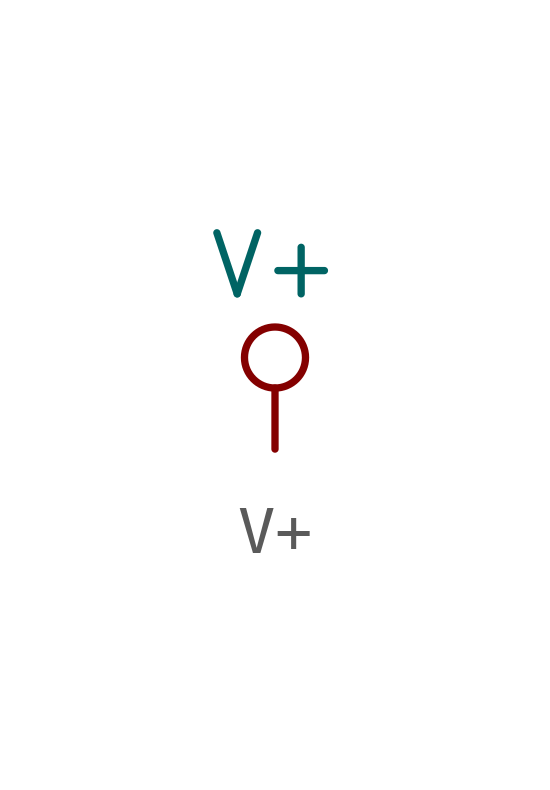
<source format=kicad_sym>
(kicad_symbol_lib
  (version 20211014)
  (generator kicad_symbol_editor)
  (symbol "V+"
    (power)
    (pin_names
      (offset 0))
    (property "Reference" "#PWR"
      (at 0 -3.81 0)
      (effects (font (size 1.27 1.27)) hide))
    (property "Value" "V+"
      (at 0 3.81 0)
      (effects (font (size 1.27 1.27))))
    (property "Footprint" ""
      (at 0 0 0)
      (effects (font (size 1.27 1.27))))
    (property "Datasheet" ""
      (at 0 0 0)
      (effects (font (size 1.27 1.27))))
    (symbol "V+_0_1"
      (polyline (pts (xy 0 0) (xy 0 1.27)) (stroke (width 0) (type default) (color 0 0 0 0)) (fill (type none)))
      (circle (center 0 1.905) (radius 0.635) (stroke (width 0) (type default) (color 0 0 0 0)) (fill (type none))))
    (symbol "V+_1_1"
      (pin power_in line (at 0 0 90) (length 0) hide (name "V+" (effects (font (size 1.27 1.27)))) (number "1" (effects (font (size 1.27 1.27))))))))
</source>
